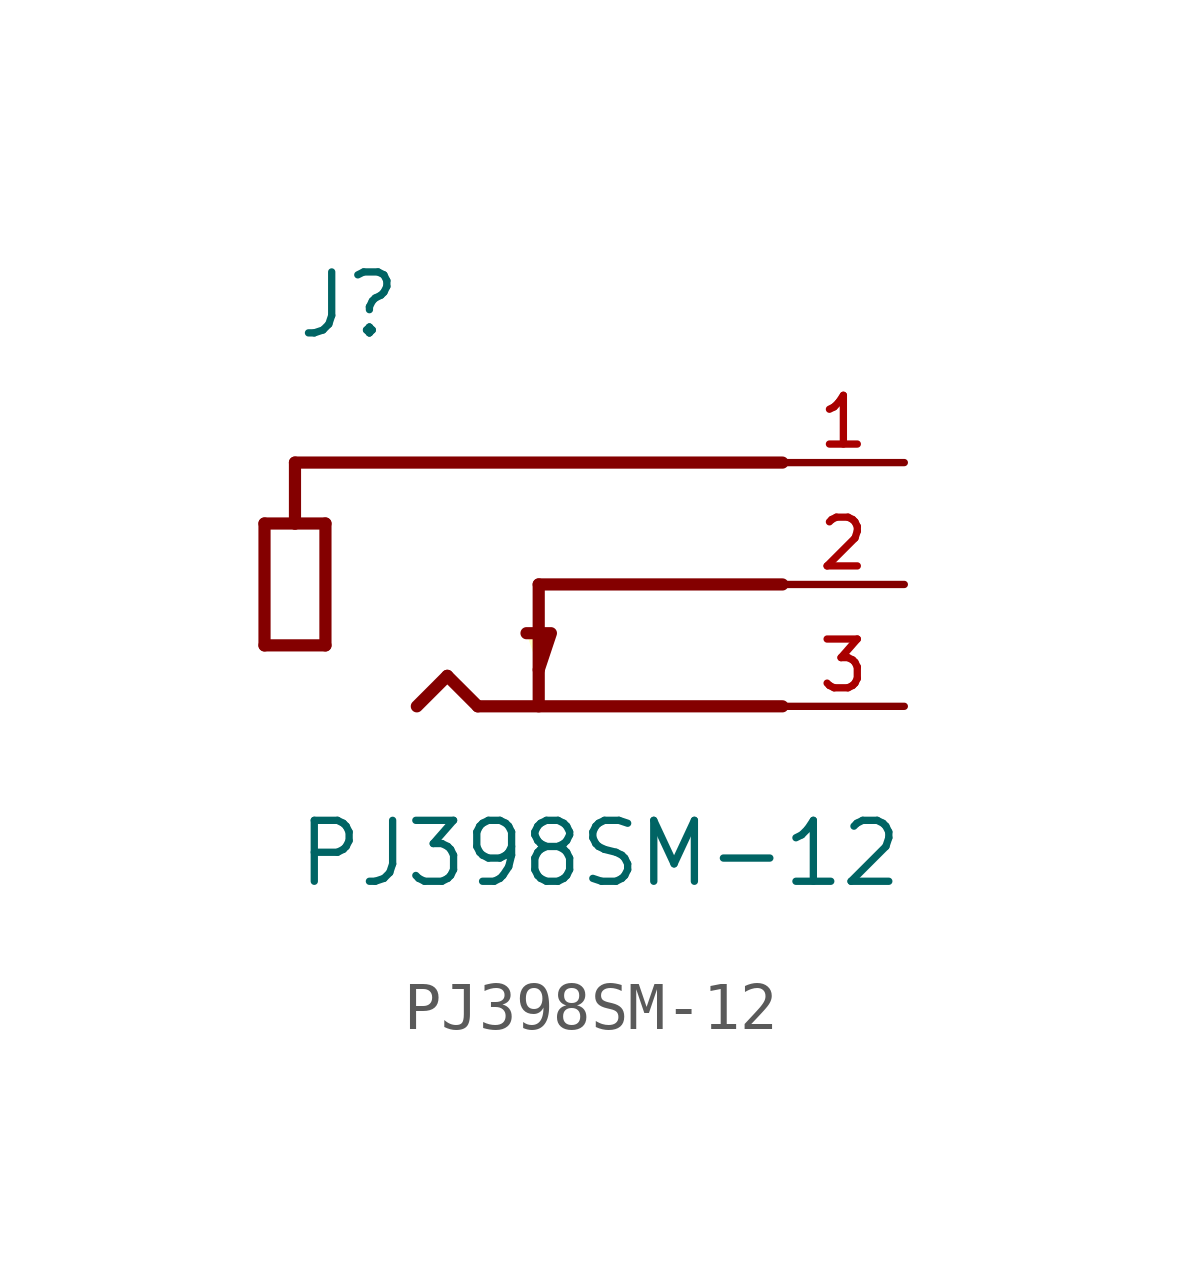
<source format=kicad_sym>
(kicad_symbol_lib
  (version 20211014)
  (generator kicad_symbol_editor)
  (symbol "PJ398SM-12"
    (pin_names
      (offset 1.016) hide)
    (property "Reference" "J"
      (at -5.08 2.54 0)
      (effects (font (size 1.27 1.27)) (justify left bottom)))
    (property "Value" "PJ398SM-12"
      (at -5.08 -8.89 0)
      (effects (font (size 1.27 1.27)) (justify left bottom)))
    (property "ki_locked" ""
      (at 0 0 0)
      (effects (font (size 1.27 1.27))))
    (symbol "PJ398SM-12_0_0"
      (polyline (pts (xy -5.715 -3.81) (xy -5.715 -1.27)) (stroke (width 0.254) (type default) (color 0 0 0 0)) (fill (type none)))
      (polyline (pts (xy -5.715 -1.27) (xy -5.08 -1.27)) (stroke (width 0.254) (type default) (color 0 0 0 0)) (fill (type none)))
      (polyline (pts (xy -5.08 -1.27) (xy -4.445 -1.27)) (stroke (width 0.254) (type default) (color 0 0 0 0)) (fill (type none)))
      (polyline (pts (xy -5.08 0) (xy -5.08 -1.27)) (stroke (width 0.254) (type default) (color 0 0 0 0)) (fill (type none)))
      (polyline (pts (xy -4.445 -3.81) (xy -5.715 -3.81)) (stroke (width 0.254) (type default) (color 0 0 0 0)) (fill (type none)))
      (polyline (pts (xy -4.445 -1.27) (xy -4.445 -3.81)) (stroke (width 0.254) (type default) (color 0 0 0 0)) (fill (type none)))
      (polyline (pts (xy -1.905 -4.445) (xy -2.54 -5.08)) (stroke (width 0.254) (type default) (color 0 0 0 0)) (fill (type none)))
      (polyline (pts (xy -1.27 -5.08) (xy -1.905 -4.445)) (stroke (width 0.254) (type default) (color 0 0 0 0)) (fill (type none)))
      (polyline (pts (xy 0 -2.54) (xy 0 -5.08)) (stroke (width 0.254) (type default) (color 0 0 0 0)) (fill (type none)))
      (polyline (pts (xy 0 -2.54) (xy 5.08 -2.54)) (stroke (width 0.254) (type default) (color 0 0 0 0)) (fill (type none)))
      (polyline (pts (xy 5.08 -5.08) (xy -1.27 -5.08)) (stroke (width 0.254) (type default) (color 0 0 0 0)) (fill (type none)))
      (polyline (pts (xy 5.08 0) (xy -5.08 0)) (stroke (width 0.254) (type default) (color 0 0 0 0)) (fill (type none)))
      (polyline (pts (xy 0 -4.318) (xy 0.254 -3.556) (xy -0.254 -3.556)) (stroke (width 0.254) (type default) (color 0 0 0 0)) (fill (type background)))
      (pin passive line (at 7.62 0 180) (length 2.54) (name "~" (effects (font (size 1.016 1.016)))) (number "1" (effects (font (size 1.016 1.016)))))
      (pin passive line (at 7.62 -2.54 180) (length 2.54) (name "~" (effects (font (size 1.016 1.016)))) (number "2" (effects (font (size 1.016 1.016)))))
      (pin passive line (at 7.62 -5.08 180) (length 2.54) (name "~" (effects (font (size 1.016 1.016)))) (number "3" (effects (font (size 1.016 1.016))))))))
</source>
